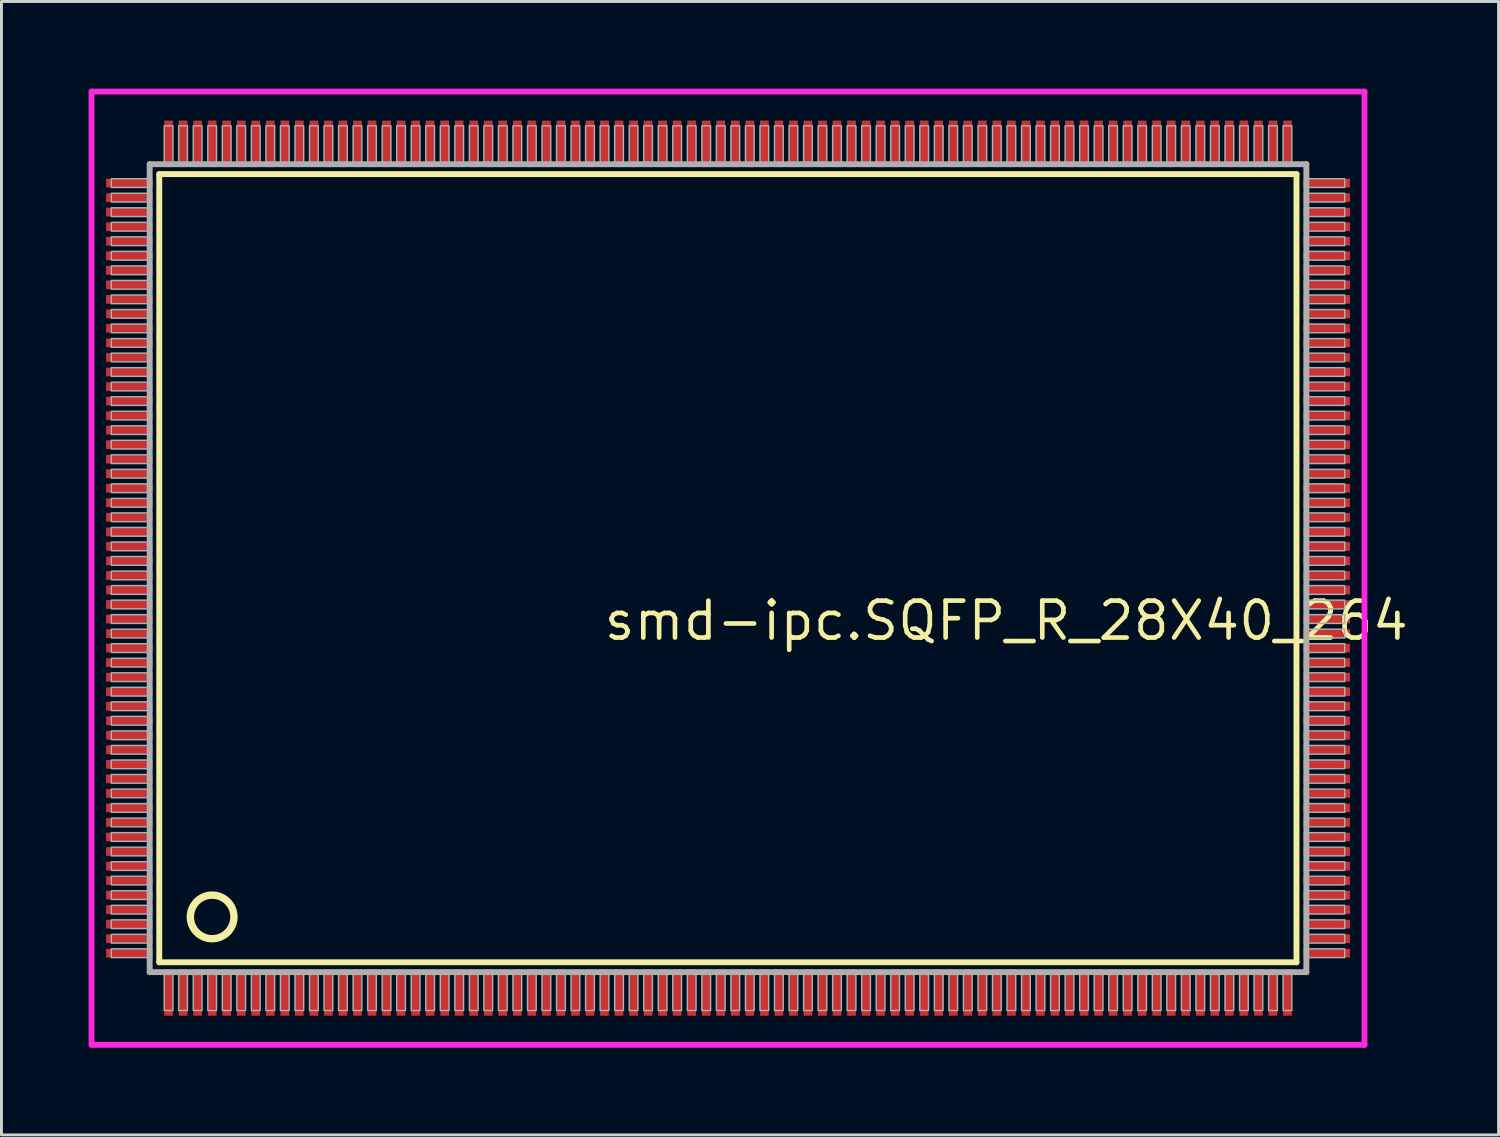
<source format=kicad_pcb>
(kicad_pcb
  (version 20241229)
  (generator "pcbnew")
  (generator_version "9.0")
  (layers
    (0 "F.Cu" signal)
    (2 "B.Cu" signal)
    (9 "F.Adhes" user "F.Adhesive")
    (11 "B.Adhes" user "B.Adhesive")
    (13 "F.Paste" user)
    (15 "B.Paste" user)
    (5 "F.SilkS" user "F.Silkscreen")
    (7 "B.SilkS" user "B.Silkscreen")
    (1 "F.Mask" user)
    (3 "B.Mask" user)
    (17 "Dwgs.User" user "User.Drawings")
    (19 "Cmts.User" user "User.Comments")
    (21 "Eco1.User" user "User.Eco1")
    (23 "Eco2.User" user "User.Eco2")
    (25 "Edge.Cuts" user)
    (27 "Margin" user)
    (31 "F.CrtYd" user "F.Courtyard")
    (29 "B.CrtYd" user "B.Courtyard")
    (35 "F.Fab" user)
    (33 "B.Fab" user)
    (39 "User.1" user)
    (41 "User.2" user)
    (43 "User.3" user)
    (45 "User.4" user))
  (footprint "smd-ipc.SQFP_R_28X40_264"
    (layer "F.Cu")
    (at 22 16.5)
    (property "Reference" "smd-ipc.SQFP_R_28X40_264" (at -4.35 2.55 0) (layer "F.SilkS") (effects (font (size 1.27 1.27) (thickness 0.16)) (justify left bottom)))
    (attr smd)
    (fp_line (start -19.57 -13.56) (end 19.56 -13.56) (stroke (width 0.203) (type default)) (layer "F.SilkS"))
    (fp_line (start -19.57 13.56) (end -19.57 -13.56) (stroke (width 0.203) (type default)) (layer "F.SilkS"))
    (fp_line (start 19.56 -13.56) (end 19.56 13.56) (stroke (width 0.203) (type default)) (layer "F.SilkS"))
    (fp_line (start 19.56 13.56) (end -19.57 13.56) (stroke (width 0.203) (type default)) (layer "F.SilkS"))
    (fp_circle (center -17.75 12) (end -17 12) (stroke (width 0.254) (type default)) (fill no) (layer "F.SilkS"))
    (fp_line (start -21.9 -16.4) (end 21.9 -16.4) (stroke (width 0.2) (type default)) (layer "F.CrtYd"))
    (fp_line (start -21.9 16.4) (end -21.9 -16.4) (stroke (width 0.2) (type default)) (layer "F.CrtYd"))
    (fp_line (start 21.9 -16.4) (end 21.9 16.4) (stroke (width 0.2) (type default)) (layer "F.CrtYd"))
    (fp_line (start 21.9 16.4) (end -21.9 16.4) (stroke (width 0.2) (type default)) (layer "F.CrtYd"))
    (fp_line (start -19.9 -13.9) (end -19.9 13.9) (stroke (width 0.203) (type default)) (layer "F.Fab"))
    (fp_line (start -19.9 13.9) (end 19.9 13.9) (stroke (width 0.203) (type default)) (layer "F.Fab"))
    (fp_line (start 19.9 -13.9) (end -19.9 -13.9) (stroke (width 0.203) (type default)) (layer "F.Fab"))
    (fp_line (start 19.9 13.9) (end 19.9 -13.9) (stroke (width 0.203) (type default)) (layer "F.Fab"))
    (fp_rect (start -21.22 -13.1) (end -19.95 -13.4) (stroke (width 0.05) (type default)) (fill no) (layer "F.Fab"))
    (fp_rect (start -21.22 -12.6) (end -19.95 -12.9) (stroke (width 0.05) (type default)) (fill no) (layer "F.Fab"))
    (fp_rect (start -21.22 -12.1) (end -19.95 -12.4) (stroke (width 0.05) (type default)) (fill no) (layer "F.Fab"))
    (fp_rect (start -21.22 -11.6) (end -19.95 -11.9) (stroke (width 0.05) (type default)) (fill no) (layer "F.Fab"))
    (fp_rect (start -21.22 -11.1) (end -19.95 -11.4) (stroke (width 0.05) (type default)) (fill no) (layer "F.Fab"))
    (fp_rect (start -21.22 -10.6) (end -19.95 -10.9) (stroke (width 0.05) (type default)) (fill no) (layer "F.Fab"))
    (fp_rect (start -21.22 -10.1) (end -19.95 -10.4) (stroke (width 0.05) (type default)) (fill no) (layer "F.Fab"))
    (fp_rect (start -21.22 -9.6) (end -19.95 -9.9) (stroke (width 0.05) (type default)) (fill no) (layer "F.Fab"))
    (fp_rect (start -21.22 -9.1) (end -19.95 -9.4) (stroke (width 0.05) (type default)) (fill no) (layer "F.Fab"))
    (fp_rect (start -21.22 -8.6) (end -19.95 -8.9) (stroke (width 0.05) (type default)) (fill no) (layer "F.Fab"))
    (fp_rect (start -21.22 -8.1) (end -19.95 -8.4) (stroke (width 0.05) (type default)) (fill no) (layer "F.Fab"))
    (fp_rect (start -21.22 -7.6) (end -19.95 -7.9) (stroke (width 0.05) (type default)) (fill no) (layer "F.Fab"))
    (fp_rect (start -21.22 -7.1) (end -19.95 -7.4) (stroke (width 0.05) (type default)) (fill no) (layer "F.Fab"))
    (fp_rect (start -21.22 -6.6) (end -19.95 -6.9) (stroke (width 0.05) (type default)) (fill no) (layer "F.Fab"))
    (fp_rect (start -21.22 -6.1) (end -19.95 -6.4) (stroke (width 0.05) (type default)) (fill no) (layer "F.Fab"))
    (fp_rect (start -21.22 -5.6) (end -19.95 -5.9) (stroke (width 0.05) (type default)) (fill no) (layer "F.Fab"))
    (fp_rect (start -21.22 -5.1) (end -19.95 -5.4) (stroke (width 0.05) (type default)) (fill no) (layer "F.Fab"))
    (fp_rect (start -21.22 -4.6) (end -19.95 -4.9) (stroke (width 0.05) (type default)) (fill no) (layer "F.Fab"))
    (fp_rect (start -21.22 -4.1) (end -19.95 -4.4) (stroke (width 0.05) (type default)) (fill no) (layer "F.Fab"))
    (fp_rect (start -21.22 -3.6) (end -19.95 -3.9) (stroke (width 0.05) (type default)) (fill no) (layer "F.Fab"))
    (fp_rect (start -21.22 -3.1) (end -19.95 -3.4) (stroke (width 0.05) (type default)) (fill no) (layer "F.Fab"))
    (fp_rect (start -21.22 -2.6) (end -19.95 -2.9) (stroke (width 0.05) (type default)) (fill no) (layer "F.Fab"))
    (fp_rect (start -21.22 -2.1) (end -19.95 -2.4) (stroke (width 0.05) (type default)) (fill no) (layer "F.Fab"))
    (fp_rect (start -21.22 -1.6) (end -19.95 -1.9) (stroke (width 0.05) (type default)) (fill no) (layer "F.Fab"))
    (fp_rect (start -21.22 -1.1) (end -19.95 -1.4) (stroke (width 0.05) (type default)) (fill no) (layer "F.Fab"))
    (fp_rect (start -21.22 -0.6) (end -19.95 -0.9) (stroke (width 0.05) (type default)) (fill no) (layer "F.Fab"))
    (fp_rect (start -21.22 -0.1) (end -19.95 -0.4) (stroke (width 0.05) (type default)) (fill no) (layer "F.Fab"))
    (fp_rect (start -21.22 0.4) (end -19.95 0.1) (stroke (width 0.05) (type default)) (fill no) (layer "F.Fab"))
    (fp_rect (start -21.22 0.9) (end -19.95 0.6) (stroke (width 0.05) (type default)) (fill no) (layer "F.Fab"))
    (fp_rect (start -21.22 1.4) (end -19.95 1.1) (stroke (width 0.05) (type default)) (fill no) (layer "F.Fab"))
    (fp_rect (start -21.22 1.9) (end -19.95 1.6) (stroke (width 0.05) (type default)) (fill no) (layer "F.Fab"))
    (fp_rect (start -21.22 2.4) (end -19.95 2.1) (stroke (width 0.05) (type default)) (fill no) (layer "F.Fab"))
    (fp_rect (start -21.22 2.9) (end -19.95 2.6) (stroke (width 0.05) (type default)) (fill no) (layer "F.Fab"))
    (fp_rect (start -21.22 3.4) (end -19.95 3.1) (stroke (width 0.05) (type default)) (fill no) (layer "F.Fab"))
    (fp_rect (start -21.22 3.9) (end -19.95 3.6) (stroke (width 0.05) (type default)) (fill no) (layer "F.Fab"))
    (fp_rect (start -21.22 4.4) (end -19.95 4.1) (stroke (width 0.05) (type default)) (fill no) (layer "F.Fab"))
    (fp_rect (start -21.22 4.9) (end -19.95 4.6) (stroke (width 0.05) (type default)) (fill no) (layer "F.Fab"))
    (fp_rect (start -21.22 5.4) (end -19.95 5.1) (stroke (width 0.05) (type default)) (fill no) (layer "F.Fab"))
    (fp_rect (start -21.22 5.9) (end -19.95 5.6) (stroke (width 0.05) (type default)) (fill no) (layer "F.Fab"))
    (fp_rect (start -21.22 6.4) (end -19.95 6.1) (stroke (width 0.05) (type default)) (fill no) (layer "F.Fab"))
    (fp_rect (start -21.22 6.9) (end -19.95 6.6) (stroke (width 0.05) (type default)) (fill no) (layer "F.Fab"))
    (fp_rect (start -21.22 7.4) (end -19.95 7.1) (stroke (width 0.05) (type default)) (fill no) (layer "F.Fab"))
    (fp_rect (start -21.22 7.9) (end -19.95 7.6) (stroke (width 0.05) (type default)) (fill no) (layer "F.Fab"))
    (fp_rect (start -21.22 8.4) (end -19.95 8.1) (stroke (width 0.05) (type default)) (fill no) (layer "F.Fab"))
    (fp_rect (start -21.22 8.9) (end -19.95 8.6) (stroke (width 0.05) (type default)) (fill no) (layer "F.Fab"))
    (fp_rect (start -21.22 9.4) (end -19.95 9.1) (stroke (width 0.05) (type default)) (fill no) (layer "F.Fab"))
    (fp_rect (start -21.22 9.9) (end -19.95 9.6) (stroke (width 0.05) (type default)) (fill no) (layer "F.Fab"))
    (fp_rect (start -21.22 10.4) (end -19.95 10.1) (stroke (width 0.05) (type default)) (fill no) (layer "F.Fab"))
    (fp_rect (start -21.22 10.9) (end -19.95 10.6) (stroke (width 0.05) (type default)) (fill no) (layer "F.Fab"))
    (fp_rect (start -21.22 11.4) (end -19.95 11.1) (stroke (width 0.05) (type default)) (fill no) (layer "F.Fab"))
    (fp_rect (start -21.22 11.9) (end -19.95 11.6) (stroke (width 0.05) (type default)) (fill no) (layer "F.Fab"))
    (fp_rect (start -21.22 12.4) (end -19.95 12.1) (stroke (width 0.05) (type default)) (fill no) (layer "F.Fab"))
    (fp_rect (start -21.22 12.9) (end -19.95 12.6) (stroke (width 0.05) (type default)) (fill no) (layer "F.Fab"))
    (fp_rect (start -21.22 13.4) (end -19.95 13.1) (stroke (width 0.05) (type default)) (fill no) (layer "F.Fab"))
    (fp_rect (start -19.4 -13.95) (end -19.1 -15.22) (stroke (width 0.05) (type default)) (fill no) (layer "F.Fab"))
    (fp_rect (start -19.4 15.22) (end -19.1 13.95) (stroke (width 0.05) (type default)) (fill no) (layer "F.Fab"))
    (fp_rect (start -18.9 -13.95) (end -18.6 -15.22) (stroke (width 0.05) (type default)) (fill no) (layer "F.Fab"))
    (fp_rect (start -18.9 15.22) (end -18.6 13.95) (stroke (width 0.05) (type default)) (fill no) (layer "F.Fab"))
    (fp_rect (start -18.4 -13.95) (end -18.1 -15.22) (stroke (width 0.05) (type default)) (fill no) (layer "F.Fab"))
    (fp_rect (start -18.4 15.22) (end -18.1 13.95) (stroke (width 0.05) (type default)) (fill no) (layer "F.Fab"))
    (fp_rect (start -17.9 -13.95) (end -17.6 -15.22) (stroke (width 0.05) (type default)) (fill no) (layer "F.Fab"))
    (fp_rect (start -17.9 15.22) (end -17.6 13.95) (stroke (width 0.05) (type default)) (fill no) (layer "F.Fab"))
    (fp_rect (start -17.4 -13.95) (end -17.1 -15.22) (stroke (width 0.05) (type default)) (fill no) (layer "F.Fab"))
    (fp_rect (start -17.4 15.22) (end -17.1 13.95) (stroke (width 0.05) (type default)) (fill no) (layer "F.Fab"))
    (fp_rect (start -16.9 -13.95) (end -16.6 -15.22) (stroke (width 0.05) (type default)) (fill no) (layer "F.Fab"))
    (fp_rect (start -16.9 15.22) (end -16.6 13.95) (stroke (width 0.05) (type default)) (fill no) (layer "F.Fab"))
    (fp_rect (start -16.4 -13.95) (end -16.1 -15.22) (stroke (width 0.05) (type default)) (fill no) (layer "F.Fab"))
    (fp_rect (start -16.4 15.22) (end -16.1 13.95) (stroke (width 0.05) (type default)) (fill no) (layer "F.Fab"))
    (fp_rect (start -15.9 -13.95) (end -15.6 -15.22) (stroke (width 0.05) (type default)) (fill no) (layer "F.Fab"))
    (fp_rect (start -15.9 15.22) (end -15.6 13.95) (stroke (width 0.05) (type default)) (fill no) (layer "F.Fab"))
    (fp_rect (start -15.4 -13.95) (end -15.1 -15.22) (stroke (width 0.05) (type default)) (fill no) (layer "F.Fab"))
    (fp_rect (start -15.4 15.22) (end -15.1 13.95) (stroke (width 0.05) (type default)) (fill no) (layer "F.Fab"))
    (fp_rect (start -14.9 -13.95) (end -14.6 -15.22) (stroke (width 0.05) (type default)) (fill no) (layer "F.Fab"))
    (fp_rect (start -14.9 15.22) (end -14.6 13.95) (stroke (width 0.05) (type default)) (fill no) (layer "F.Fab"))
    (fp_rect (start -14.4 -13.95) (end -14.1 -15.22) (stroke (width 0.05) (type default)) (fill no) (layer "F.Fab"))
    (fp_rect (start -14.4 15.22) (end -14.1 13.95) (stroke (width 0.05) (type default)) (fill no) (layer "F.Fab"))
    (fp_rect (start -13.9 -13.95) (end -13.6 -15.22) (stroke (width 0.05) (type default)) (fill no) (layer "F.Fab"))
    (fp_rect (start -13.9 15.22) (end -13.6 13.95) (stroke (width 0.05) (type default)) (fill no) (layer "F.Fab"))
    (fp_rect (start -13.4 -13.95) (end -13.1 -15.22) (stroke (width 0.05) (type default)) (fill no) (layer "F.Fab"))
    (fp_rect (start -13.4 15.22) (end -13.1 13.95) (stroke (width 0.05) (type default)) (fill no) (layer "F.Fab"))
    (fp_rect (start -12.9 -13.95) (end -12.6 -15.22) (stroke (width 0.05) (type default)) (fill no) (layer "F.Fab"))
    (fp_rect (start -12.9 15.22) (end -12.6 13.95) (stroke (width 0.05) (type default)) (fill no) (layer "F.Fab"))
    (fp_rect (start -12.4 -13.95) (end -12.1 -15.22) (stroke (width 0.05) (type default)) (fill no) (layer "F.Fab"))
    (fp_rect (start -12.4 15.22) (end -12.1 13.95) (stroke (width 0.05) (type default)) (fill no) (layer "F.Fab"))
    (fp_rect (start -11.9 -13.95) (end -11.6 -15.22) (stroke (width 0.05) (type default)) (fill no) (layer "F.Fab"))
    (fp_rect (start -11.9 15.22) (end -11.6 13.95) (stroke (width 0.05) (type default)) (fill no) (layer "F.Fab"))
    (fp_rect (start -11.4 -13.95) (end -11.1 -15.22) (stroke (width 0.05) (type default)) (fill no) (layer "F.Fab"))
    (fp_rect (start -11.4 15.22) (end -11.1 13.95) (stroke (width 0.05) (type default)) (fill no) (layer "F.Fab"))
    (fp_rect (start -10.9 -13.95) (end -10.6 -15.22) (stroke (width 0.05) (type default)) (fill no) (layer "F.Fab"))
    (fp_rect (start -10.9 15.22) (end -10.6 13.95) (stroke (width 0.05) (type default)) (fill no) (layer "F.Fab"))
    (fp_rect (start -10.4 -13.95) (end -10.1 -15.22) (stroke (width 0.05) (type default)) (fill no) (layer "F.Fab"))
    (fp_rect (start -10.4 15.22) (end -10.1 13.95) (stroke (width 0.05) (type default)) (fill no) (layer "F.Fab"))
    (fp_rect (start -9.9 -13.95) (end -9.6 -15.22) (stroke (width 0.05) (type default)) (fill no) (layer "F.Fab"))
    (fp_rect (start -9.9 15.22) (end -9.6 13.95) (stroke (width 0.05) (type default)) (fill no) (layer "F.Fab"))
    (fp_rect (start -9.4 -13.95) (end -9.1 -15.22) (stroke (width 0.05) (type default)) (fill no) (layer "F.Fab"))
    (fp_rect (start -9.4 15.22) (end -9.1 13.95) (stroke (width 0.05) (type default)) (fill no) (layer "F.Fab"))
    (fp_rect (start -8.9 -13.95) (end -8.6 -15.22) (stroke (width 0.05) (type default)) (fill no) (layer "F.Fab"))
    (fp_rect (start -8.9 15.22) (end -8.6 13.95) (stroke (width 0.05) (type default)) (fill no) (layer "F.Fab"))
    (fp_rect (start -8.4 -13.95) (end -8.1 -15.22) (stroke (width 0.05) (type default)) (fill no) (layer "F.Fab"))
    (fp_rect (start -8.4 15.22) (end -8.1 13.95) (stroke (width 0.05) (type default)) (fill no) (layer "F.Fab"))
    (fp_rect (start -7.9 -13.95) (end -7.6 -15.22) (stroke (width 0.05) (type default)) (fill no) (layer "F.Fab"))
    (fp_rect (start -7.9 15.22) (end -7.6 13.95) (stroke (width 0.05) (type default)) (fill no) (layer "F.Fab"))
    (fp_rect (start -7.4 -13.95) (end -7.1 -15.22) (stroke (width 0.05) (type default)) (fill no) (layer "F.Fab"))
    (fp_rect (start -7.4 15.22) (end -7.1 13.95) (stroke (width 0.05) (type default)) (fill no) (layer "F.Fab"))
    (fp_rect (start -6.9 -13.95) (end -6.6 -15.22) (stroke (width 0.05) (type default)) (fill no) (layer "F.Fab"))
    (fp_rect (start -6.9 15.22) (end -6.6 13.95) (stroke (width 0.05) (type default)) (fill no) (layer "F.Fab"))
    (fp_rect (start -6.4 -13.95) (end -6.1 -15.22) (stroke (width 0.05) (type default)) (fill no) (layer "F.Fab"))
    (fp_rect (start -6.4 15.22) (end -6.1 13.95) (stroke (width 0.05) (type default)) (fill no) (layer "F.Fab"))
    (fp_rect (start -5.9 -13.95) (end -5.6 -15.22) (stroke (width 0.05) (type default)) (fill no) (layer "F.Fab"))
    (fp_rect (start -5.9 15.22) (end -5.6 13.95) (stroke (width 0.05) (type default)) (fill no) (layer "F.Fab"))
    (fp_rect (start -5.4 -13.95) (end -5.1 -15.22) (stroke (width 0.05) (type default)) (fill no) (layer "F.Fab"))
    (fp_rect (start -5.4 15.22) (end -5.1 13.95) (stroke (width 0.05) (type default)) (fill no) (layer "F.Fab"))
    (fp_rect (start -4.9 -13.95) (end -4.6 -15.22) (stroke (width 0.05) (type default)) (fill no) (layer "F.Fab"))
    (fp_rect (start -4.9 15.22) (end -4.6 13.95) (stroke (width 0.05) (type default)) (fill no) (layer "F.Fab"))
    (fp_rect (start -4.4 -13.95) (end -4.1 -15.22) (stroke (width 0.05) (type default)) (fill no) (layer "F.Fab"))
    (fp_rect (start -4.4 15.22) (end -4.1 13.95) (stroke (width 0.05) (type default)) (fill no) (layer "F.Fab"))
    (fp_rect (start -3.9 -13.95) (end -3.6 -15.22) (stroke (width 0.05) (type default)) (fill no) (layer "F.Fab"))
    (fp_rect (start -3.9 15.22) (end -3.6 13.95) (stroke (width 0.05) (type default)) (fill no) (layer "F.Fab"))
    (fp_rect (start -3.4 -13.95) (end -3.1 -15.22) (stroke (width 0.05) (type default)) (fill no) (layer "F.Fab"))
    (fp_rect (start -3.4 15.22) (end -3.1 13.95) (stroke (width 0.05) (type default)) (fill no) (layer "F.Fab"))
    (fp_rect (start -2.9 -13.95) (end -2.6 -15.22) (stroke (width 0.05) (type default)) (fill no) (layer "F.Fab"))
    (fp_rect (start -2.9 15.22) (end -2.6 13.95) (stroke (width 0.05) (type default)) (fill no) (layer "F.Fab"))
    (fp_rect (start -2.4 -13.95) (end -2.1 -15.22) (stroke (width 0.05) (type default)) (fill no) (layer "F.Fab"))
    (fp_rect (start -2.4 15.22) (end -2.1 13.95) (stroke (width 0.05) (type default)) (fill no) (layer "F.Fab"))
    (fp_rect (start -1.9 -13.95) (end -1.6 -15.22) (stroke (width 0.05) (type default)) (fill no) (layer "F.Fab"))
    (fp_rect (start -1.9 15.22) (end -1.6 13.95) (stroke (width 0.05) (type default)) (fill no) (layer "F.Fab"))
    (fp_rect (start -1.4 -13.95) (end -1.1 -15.22) (stroke (width 0.05) (type default)) (fill no) (layer "F.Fab"))
    (fp_rect (start -1.4 15.22) (end -1.1 13.95) (stroke (width 0.05) (type default)) (fill no) (layer "F.Fab"))
    (fp_rect (start -0.9 -13.95) (end -0.6 -15.22) (stroke (width 0.05) (type default)) (fill no) (layer "F.Fab"))
    (fp_rect (start -0.9 15.22) (end -0.6 13.95) (stroke (width 0.05) (type default)) (fill no) (layer "F.Fab"))
    (fp_rect (start -0.4 -13.95) (end -0.1 -15.22) (stroke (width 0.05) (type default)) (fill no) (layer "F.Fab"))
    (fp_rect (start -0.4 15.22) (end -0.1 13.95) (stroke (width 0.05) (type default)) (fill no) (layer "F.Fab"))
    (fp_rect (start 0.1 -13.95) (end 0.4 -15.22) (stroke (width 0.05) (type default)) (fill no) (layer "F.Fab"))
    (fp_rect (start 0.1 15.22) (end 0.4 13.95) (stroke (width 0.05) (type default)) (fill no) (layer "F.Fab"))
    (fp_rect (start 0.6 -13.95) (end 0.9 -15.22) (stroke (width 0.05) (type default)) (fill no) (layer "F.Fab"))
    (fp_rect (start 0.6 15.22) (end 0.9 13.95) (stroke (width 0.05) (type default)) (fill no) (layer "F.Fab"))
    (fp_rect (start 1.1 -13.95) (end 1.4 -15.22) (stroke (width 0.05) (type default)) (fill no) (layer "F.Fab"))
    (fp_rect (start 1.1 15.22) (end 1.4 13.95) (stroke (width 0.05) (type default)) (fill no) (layer "F.Fab"))
    (fp_rect (start 1.6 -13.95) (end 1.9 -15.22) (stroke (width 0.05) (type default)) (fill no) (layer "F.Fab"))
    (fp_rect (start 1.6 15.22) (end 1.9 13.95) (stroke (width 0.05) (type default)) (fill no) (layer "F.Fab"))
    (fp_rect (start 2.1 -13.95) (end 2.4 -15.22) (stroke (width 0.05) (type default)) (fill no) (layer "F.Fab"))
    (fp_rect (start 2.1 15.22) (end 2.4 13.95) (stroke (width 0.05) (type default)) (fill no) (layer "F.Fab"))
    (fp_rect (start 2.6 -13.95) (end 2.9 -15.22) (stroke (width 0.05) (type default)) (fill no) (layer "F.Fab"))
    (fp_rect (start 2.6 15.22) (end 2.9 13.95) (stroke (width 0.05) (type default)) (fill no) (layer "F.Fab"))
    (fp_rect (start 3.1 -13.95) (end 3.4 -15.22) (stroke (width 0.05) (type default)) (fill no) (layer "F.Fab"))
    (fp_rect (start 3.1 15.22) (end 3.4 13.95) (stroke (width 0.05) (type default)) (fill no) (layer "F.Fab"))
    (fp_rect (start 3.6 -13.95) (end 3.9 -15.22) (stroke (width 0.05) (type default)) (fill no) (layer "F.Fab"))
    (fp_rect (start 3.6 15.22) (end 3.9 13.95) (stroke (width 0.05) (type default)) (fill no) (layer "F.Fab"))
    (fp_rect (start 4.1 -13.95) (end 4.4 -15.22) (stroke (width 0.05) (type default)) (fill no) (layer "F.Fab"))
    (fp_rect (start 4.1 15.22) (end 4.4 13.95) (stroke (width 0.05) (type default)) (fill no) (layer "F.Fab"))
    (fp_rect (start 4.6 -13.95) (end 4.9 -15.22) (stroke (width 0.05) (type default)) (fill no) (layer "F.Fab"))
    (fp_rect (start 4.6 15.22) (end 4.9 13.95) (stroke (width 0.05) (type default)) (fill no) (layer "F.Fab"))
    (fp_rect (start 5.1 -13.95) (end 5.4 -15.22) (stroke (width 0.05) (type default)) (fill no) (layer "F.Fab"))
    (fp_rect (start 5.1 15.22) (end 5.4 13.95) (stroke (width 0.05) (type default)) (fill no) (layer "F.Fab"))
    (fp_rect (start 5.6 -13.95) (end 5.9 -15.22) (stroke (width 0.05) (type default)) (fill no) (layer "F.Fab"))
    (fp_rect (start 5.6 15.22) (end 5.9 13.95) (stroke (width 0.05) (type default)) (fill no) (layer "F.Fab"))
    (fp_rect (start 6.1 -13.95) (end 6.4 -15.22) (stroke (width 0.05) (type default)) (fill no) (layer "F.Fab"))
    (fp_rect (start 6.1 15.22) (end 6.4 13.95) (stroke (width 0.05) (type default)) (fill no) (layer "F.Fab"))
    (fp_rect (start 6.6 -13.95) (end 6.9 -15.22) (stroke (width 0.05) (type default)) (fill no) (layer "F.Fab"))
    (fp_rect (start 6.6 15.22) (end 6.9 13.95) (stroke (width 0.05) (type default)) (fill no) (layer "F.Fab"))
    (fp_rect (start 7.1 -13.95) (end 7.4 -15.22) (stroke (width 0.05) (type default)) (fill no) (layer "F.Fab"))
    (fp_rect (start 7.1 15.22) (end 7.4 13.95) (stroke (width 0.05) (type default)) (fill no) (layer "F.Fab"))
    (fp_rect (start 7.6 -13.95) (end 7.9 -15.22) (stroke (width 0.05) (type default)) (fill no) (layer "F.Fab"))
    (fp_rect (start 7.6 15.22) (end 7.9 13.95) (stroke (width 0.05) (type default)) (fill no) (layer "F.Fab"))
    (fp_rect (start 8.1 -13.95) (end 8.4 -15.22) (stroke (width 0.05) (type default)) (fill no) (layer "F.Fab"))
    (fp_rect (start 8.1 15.22) (end 8.4 13.95) (stroke (width 0.05) (type default)) (fill no) (layer "F.Fab"))
    (fp_rect (start 8.6 -13.95) (end 8.9 -15.22) (stroke (width 0.05) (type default)) (fill no) (layer "F.Fab"))
    (fp_rect (start 8.6 15.22) (end 8.9 13.95) (stroke (width 0.05) (type default)) (fill no) (layer "F.Fab"))
    (fp_rect (start 9.1 -13.95) (end 9.4 -15.22) (stroke (width 0.05) (type default)) (fill no) (layer "F.Fab"))
    (fp_rect (start 9.1 15.22) (end 9.4 13.95) (stroke (width 0.05) (type default)) (fill no) (layer "F.Fab"))
    (fp_rect (start 9.6 -13.95) (end 9.9 -15.22) (stroke (width 0.05) (type default)) (fill no) (layer "F.Fab"))
    (fp_rect (start 9.6 15.22) (end 9.9 13.95) (stroke (width 0.05) (type default)) (fill no) (layer "F.Fab"))
    (fp_rect (start 10.1 -13.95) (end 10.4 -15.22) (stroke (width 0.05) (type default)) (fill no) (layer "F.Fab"))
    (fp_rect (start 10.1 15.22) (end 10.4 13.95) (stroke (width 0.05) (type default)) (fill no) (layer "F.Fab"))
    (fp_rect (start 10.6 -13.95) (end 10.9 -15.22) (stroke (width 0.05) (type default)) (fill no) (layer "F.Fab"))
    (fp_rect (start 10.6 15.22) (end 10.9 13.95) (stroke (width 0.05) (type default)) (fill no) (layer "F.Fab"))
    (fp_rect (start 11.1 -13.95) (end 11.4 -15.22) (stroke (width 0.05) (type default)) (fill no) (layer "F.Fab"))
    (fp_rect (start 11.1 15.22) (end 11.4 13.95) (stroke (width 0.05) (type default)) (fill no) (layer "F.Fab"))
    (fp_rect (start 11.6 -13.95) (end 11.9 -15.22) (stroke (width 0.05) (type default)) (fill no) (layer "F.Fab"))
    (fp_rect (start 11.6 15.22) (end 11.9 13.95) (stroke (width 0.05) (type default)) (fill no) (layer "F.Fab"))
    (fp_rect (start 12.1 -13.95) (end 12.4 -15.22) (stroke (width 0.05) (type default)) (fill no) (layer "F.Fab"))
    (fp_rect (start 12.1 15.22) (end 12.4 13.95) (stroke (width 0.05) (type default)) (fill no) (layer "F.Fab"))
    (fp_rect (start 12.6 -13.95) (end 12.9 -15.22) (stroke (width 0.05) (type default)) (fill no) (layer "F.Fab"))
    (fp_rect (start 12.6 15.22) (end 12.9 13.95) (stroke (width 0.05) (type default)) (fill no) (layer "F.Fab"))
    (fp_rect (start 13.1 -13.95) (end 13.4 -15.22) (stroke (width 0.05) (type default)) (fill no) (layer "F.Fab"))
    (fp_rect (start 13.1 15.22) (end 13.4 13.95) (stroke (width 0.05) (type default)) (fill no) (layer "F.Fab"))
    (fp_rect (start 13.6 -13.95) (end 13.9 -15.22) (stroke (width 0.05) (type default)) (fill no) (layer "F.Fab"))
    (fp_rect (start 13.6 15.22) (end 13.9 13.95) (stroke (width 0.05) (type default)) (fill no) (layer "F.Fab"))
    (fp_rect (start 14.1 -13.95) (end 14.4 -15.22) (stroke (width 0.05) (type default)) (fill no) (layer "F.Fab"))
    (fp_rect (start 14.1 15.22) (end 14.4 13.95) (stroke (width 0.05) (type default)) (fill no) (layer "F.Fab"))
    (fp_rect (start 14.6 -13.95) (end 14.9 -15.22) (stroke (width 0.05) (type default)) (fill no) (layer "F.Fab"))
    (fp_rect (start 14.6 15.22) (end 14.9 13.95) (stroke (width 0.05) (type default)) (fill no) (layer "F.Fab"))
    (fp_rect (start 15.1 -13.95) (end 15.4 -15.22) (stroke (width 0.05) (type default)) (fill no) (layer "F.Fab"))
    (fp_rect (start 15.1 15.22) (end 15.4 13.95) (stroke (width 0.05) (type default)) (fill no) (layer "F.Fab"))
    (fp_rect (start 15.6 -13.95) (end 15.9 -15.22) (stroke (width 0.05) (type default)) (fill no) (layer "F.Fab"))
    (fp_rect (start 15.6 15.22) (end 15.9 13.95) (stroke (width 0.05) (type default)) (fill no) (layer "F.Fab"))
    (fp_rect (start 16.1 -13.95) (end 16.4 -15.22) (stroke (width 0.05) (type default)) (fill no) (layer "F.Fab"))
    (fp_rect (start 16.1 15.22) (end 16.4 13.95) (stroke (width 0.05) (type default)) (fill no) (layer "F.Fab"))
    (fp_rect (start 16.6 -13.95) (end 16.9 -15.22) (stroke (width 0.05) (type default)) (fill no) (layer "F.Fab"))
    (fp_rect (start 16.6 15.22) (end 16.9 13.95) (stroke (width 0.05) (type default)) (fill no) (layer "F.Fab"))
    (fp_rect (start 17.1 -13.95) (end 17.4 -15.22) (stroke (width 0.05) (type default)) (fill no) (layer "F.Fab"))
    (fp_rect (start 17.1 15.22) (end 17.4 13.95) (stroke (width 0.05) (type default)) (fill no) (layer "F.Fab"))
    (fp_rect (start 17.6 -13.95) (end 17.9 -15.22) (stroke (width 0.05) (type default)) (fill no) (layer "F.Fab"))
    (fp_rect (start 17.6 15.22) (end 17.9 13.95) (stroke (width 0.05) (type default)) (fill no) (layer "F.Fab"))
    (fp_rect (start 18.1 -13.95) (end 18.4 -15.22) (stroke (width 0.05) (type default)) (fill no) (layer "F.Fab"))
    (fp_rect (start 18.1 15.22) (end 18.4 13.95) (stroke (width 0.05) (type default)) (fill no) (layer "F.Fab"))
    (fp_rect (start 18.6 -13.95) (end 18.9 -15.22) (stroke (width 0.05) (type default)) (fill no) (layer "F.Fab"))
    (fp_rect (start 18.6 15.22) (end 18.9 13.95) (stroke (width 0.05) (type default)) (fill no) (layer "F.Fab"))
    (fp_rect (start 19.1 -13.95) (end 19.4 -15.22) (stroke (width 0.05) (type default)) (fill no) (layer "F.Fab"))
    (fp_rect (start 19.1 15.22) (end 19.4 13.95) (stroke (width 0.05) (type default)) (fill no) (layer "F.Fab"))
    (fp_rect (start 19.95 -13.1) (end 21.22 -13.4) (stroke (width 0.05) (type default)) (fill no) (layer "F.Fab"))
    (fp_rect (start 19.95 -12.6) (end 21.22 -12.9) (stroke (width 0.05) (type default)) (fill no) (layer "F.Fab"))
    (fp_rect (start 19.95 -12.1) (end 21.22 -12.4) (stroke (width 0.05) (type default)) (fill no) (layer "F.Fab"))
    (fp_rect (start 19.95 -11.6) (end 21.22 -11.9) (stroke (width 0.05) (type default)) (fill no) (layer "F.Fab"))
    (fp_rect (start 19.95 -11.1) (end 21.22 -11.4) (stroke (width 0.05) (type default)) (fill no) (layer "F.Fab"))
    (fp_rect (start 19.95 -10.6) (end 21.22 -10.9) (stroke (width 0.05) (type default)) (fill no) (layer "F.Fab"))
    (fp_rect (start 19.95 -10.1) (end 21.22 -10.4) (stroke (width 0.05) (type default)) (fill no) (layer "F.Fab"))
    (fp_rect (start 19.95 -9.6) (end 21.22 -9.9) (stroke (width 0.05) (type default)) (fill no) (layer "F.Fab"))
    (fp_rect (start 19.95 -9.1) (end 21.22 -9.4) (stroke (width 0.05) (type default)) (fill no) (layer "F.Fab"))
    (fp_rect (start 19.95 -8.6) (end 21.22 -8.9) (stroke (width 0.05) (type default)) (fill no) (layer "F.Fab"))
    (fp_rect (start 19.95 -8.1) (end 21.22 -8.4) (stroke (width 0.05) (type default)) (fill no) (layer "F.Fab"))
    (fp_rect (start 19.95 -7.6) (end 21.22 -7.9) (stroke (width 0.05) (type default)) (fill no) (layer "F.Fab"))
    (fp_rect (start 19.95 -7.1) (end 21.22 -7.4) (stroke (width 0.05) (type default)) (fill no) (layer "F.Fab"))
    (fp_rect (start 19.95 -6.6) (end 21.22 -6.9) (stroke (width 0.05) (type default)) (fill no) (layer "F.Fab"))
    (fp_rect (start 19.95 -6.1) (end 21.22 -6.4) (stroke (width 0.05) (type default)) (fill no) (layer "F.Fab"))
    (fp_rect (start 19.95 -5.6) (end 21.22 -5.9) (stroke (width 0.05) (type default)) (fill no) (layer "F.Fab"))
    (fp_rect (start 19.95 -5.1) (end 21.22 -5.4) (stroke (width 0.05) (type default)) (fill no) (layer "F.Fab"))
    (fp_rect (start 19.95 -4.6) (end 21.22 -4.9) (stroke (width 0.05) (type default)) (fill no) (layer "F.Fab"))
    (fp_rect (start 19.95 -4.1) (end 21.22 -4.4) (stroke (width 0.05) (type default)) (fill no) (layer "F.Fab"))
    (fp_rect (start 19.95 -3.6) (end 21.22 -3.9) (stroke (width 0.05) (type default)) (fill no) (layer "F.Fab"))
    (fp_rect (start 19.95 -3.1) (end 21.22 -3.4) (stroke (width 0.05) (type default)) (fill no) (layer "F.Fab"))
    (fp_rect (start 19.95 -2.6) (end 21.22 -2.9) (stroke (width 0.05) (type default)) (fill no) (layer "F.Fab"))
    (fp_rect (start 19.95 -2.1) (end 21.22 -2.4) (stroke (width 0.05) (type default)) (fill no) (layer "F.Fab"))
    (fp_rect (start 19.95 -1.6) (end 21.22 -1.9) (stroke (width 0.05) (type default)) (fill no) (layer "F.Fab"))
    (fp_rect (start 19.95 -1.1) (end 21.22 -1.4) (stroke (width 0.05) (type default)) (fill no) (layer "F.Fab"))
    (fp_rect (start 19.95 -0.6) (end 21.22 -0.9) (stroke (width 0.05) (type default)) (fill no) (layer "F.Fab"))
    (fp_rect (start 19.95 -0.1) (end 21.22 -0.4) (stroke (width 0.05) (type default)) (fill no) (layer "F.Fab"))
    (fp_rect (start 19.95 0.4) (end 21.22 0.1) (stroke (width 0.05) (type default)) (fill no) (layer "F.Fab"))
    (fp_rect (start 19.95 0.9) (end 21.22 0.6) (stroke (width 0.05) (type default)) (fill no) (layer "F.Fab"))
    (fp_rect (start 19.95 1.4) (end 21.22 1.1) (stroke (width 0.05) (type default)) (fill no) (layer "F.Fab"))
    (fp_rect (start 19.95 1.9) (end 21.22 1.6) (stroke (width 0.05) (type default)) (fill no) (layer "F.Fab"))
    (fp_rect (start 19.95 2.4) (end 21.22 2.1) (stroke (width 0.05) (type default)) (fill no) (layer "F.Fab"))
    (fp_rect (start 19.95 2.9) (end 21.22 2.6) (stroke (width 0.05) (type default)) (fill no) (layer "F.Fab"))
    (fp_rect (start 19.95 3.4) (end 21.22 3.1) (stroke (width 0.05) (type default)) (fill no) (layer "F.Fab"))
    (fp_rect (start 19.95 3.9) (end 21.22 3.6) (stroke (width 0.05) (type default)) (fill no) (layer "F.Fab"))
    (fp_rect (start 19.95 4.4) (end 21.22 4.1) (stroke (width 0.05) (type default)) (fill no) (layer "F.Fab"))
    (fp_rect (start 19.95 4.9) (end 21.22 4.6) (stroke (width 0.05) (type default)) (fill no) (layer "F.Fab"))
    (fp_rect (start 19.95 5.4) (end 21.22 5.1) (stroke (width 0.05) (type default)) (fill no) (layer "F.Fab"))
    (fp_rect (start 19.95 5.9) (end 21.22 5.6) (stroke (width 0.05) (type default)) (fill no) (layer "F.Fab"))
    (fp_rect (start 19.95 6.4) (end 21.22 6.1) (stroke (width 0.05) (type default)) (fill no) (layer "F.Fab"))
    (fp_rect (start 19.95 6.9) (end 21.22 6.6) (stroke (width 0.05) (type default)) (fill no) (layer "F.Fab"))
    (fp_rect (start 19.95 7.4) (end 21.22 7.1) (stroke (width 0.05) (type default)) (fill no) (layer "F.Fab"))
    (fp_rect (start 19.95 7.9) (end 21.22 7.6) (stroke (width 0.05) (type default)) (fill no) (layer "F.Fab"))
    (fp_rect (start 19.95 8.4) (end 21.22 8.1) (stroke (width 0.05) (type default)) (fill no) (layer "F.Fab"))
    (fp_rect (start 19.95 8.9) (end 21.22 8.6) (stroke (width 0.05) (type default)) (fill no) (layer "F.Fab"))
    (fp_rect (start 19.95 9.4) (end 21.22 9.1) (stroke (width 0.05) (type default)) (fill no) (layer "F.Fab"))
    (fp_rect (start 19.95 9.9) (end 21.22 9.6) (stroke (width 0.05) (type default)) (fill no) (layer "F.Fab"))
    (fp_rect (start 19.95 10.4) (end 21.22 10.1) (stroke (width 0.05) (type default)) (fill no) (layer "F.Fab"))
    (fp_rect (start 19.95 10.9) (end 21.22 10.6) (stroke (width 0.05) (type default)) (fill no) (layer "F.Fab"))
    (fp_rect (start 19.95 11.4) (end 21.22 11.1) (stroke (width 0.05) (type default)) (fill no) (layer "F.Fab"))
    (fp_rect (start 19.95 11.9) (end 21.22 11.6) (stroke (width 0.05) (type default)) (fill no) (layer "F.Fab"))
    (fp_rect (start 19.95 12.4) (end 21.22 12.1) (stroke (width 0.05) (type default)) (fill no) (layer "F.Fab"))
    (fp_rect (start 19.95 12.9) (end 21.22 12.6) (stroke (width 0.05) (type default)) (fill no) (layer "F.Fab"))
    (fp_rect (start 19.95 13.4) (end 21.22 13.1) (stroke (width 0.05) (type default)) (fill no) (layer "F.Fab"))
    (pad "1" smd roundrect (at -19.25 14.6) (size 0.3 1.6) (layers "F.Cu" "F.Mask" "F.Paste") (roundrect_rratio 0.01))
    (pad "2" smd roundrect (at -18.75 14.6) (size 0.3 1.6) (layers "F.Cu" "F.Mask" "F.Paste") (roundrect_rratio 0.01))
    (pad "3" smd roundrect (at -18.25 14.6) (size 0.3 1.6) (layers "F.Cu" "F.Mask" "F.Paste") (roundrect_rratio 0.01))
    (pad "4" smd roundrect (at -17.75 14.6) (size 0.3 1.6) (layers "F.Cu" "F.Mask" "F.Paste") (roundrect_rratio 0.01))
    (pad "5" smd roundrect (at -17.25 14.6) (size 0.3 1.6) (layers "F.Cu" "F.Mask" "F.Paste") (roundrect_rratio 0.01))
    (pad "6" smd roundrect (at -16.75 14.6) (size 0.3 1.6) (layers "F.Cu" "F.Mask" "F.Paste") (roundrect_rratio 0.01))
    (pad "7" smd roundrect (at -16.25 14.6) (size 0.3 1.6) (layers "F.Cu" "F.Mask" "F.Paste") (roundrect_rratio 0.01))
    (pad "8" smd roundrect (at -15.75 14.6) (size 0.3 1.6) (layers "F.Cu" "F.Mask" "F.Paste") (roundrect_rratio 0.01))
    (pad "9" smd roundrect (at -15.25 14.6) (size 0.3 1.6) (layers "F.Cu" "F.Mask" "F.Paste") (roundrect_rratio 0.01))
    (pad "10" smd roundrect (at -14.75 14.6) (size 0.3 1.6) (layers "F.Cu" "F.Mask" "F.Paste") (roundrect_rratio 0.01))
    (pad "11" smd roundrect (at -14.25 14.6) (size 0.3 1.6) (layers "F.Cu" "F.Mask" "F.Paste") (roundrect_rratio 0.01))
    (pad "12" smd roundrect (at -13.75 14.6) (size 0.3 1.6) (layers "F.Cu" "F.Mask" "F.Paste") (roundrect_rratio 0.01))
    (pad "13" smd roundrect (at -13.25 14.6) (size 0.3 1.6) (layers "F.Cu" "F.Mask" "F.Paste") (roundrect_rratio 0.01))
    (pad "14" smd roundrect (at -12.75 14.6) (size 0.3 1.6) (layers "F.Cu" "F.Mask" "F.Paste") (roundrect_rratio 0.01))
    (pad "15" smd roundrect (at -12.25 14.6) (size 0.3 1.6) (layers "F.Cu" "F.Mask" "F.Paste") (roundrect_rratio 0.01))
    (pad "16" smd roundrect (at -11.75 14.6) (size 0.3 1.6) (layers "F.Cu" "F.Mask" "F.Paste") (roundrect_rratio 0.01))
    (pad "17" smd roundrect (at -11.25 14.6) (size 0.3 1.6) (layers "F.Cu" "F.Mask" "F.Paste") (roundrect_rratio 0.01))
    (pad "18" smd roundrect (at -10.75 14.6) (size 0.3 1.6) (layers "F.Cu" "F.Mask" "F.Paste") (roundrect_rratio 0.01))
    (pad "19" smd roundrect (at -10.25 14.6) (size 0.3 1.6) (layers "F.Cu" "F.Mask" "F.Paste") (roundrect_rratio 0.01))
    (pad "20" smd roundrect (at -9.75 14.6) (size 0.3 1.6) (layers "F.Cu" "F.Mask" "F.Paste") (roundrect_rratio 0.01))
    (pad "21" smd roundrect (at -9.25 14.6) (size 0.3 1.6) (layers "F.Cu" "F.Mask" "F.Paste") (roundrect_rratio 0.01))
    (pad "22" smd roundrect (at -8.75 14.6) (size 0.3 1.6) (layers "F.Cu" "F.Mask" "F.Paste") (roundrect_rratio 0.01))
    (pad "23" smd roundrect (at -8.25 14.6) (size 0.3 1.6) (layers "F.Cu" "F.Mask" "F.Paste") (roundrect_rratio 0.01))
    (pad "24" smd roundrect (at -7.75 14.6) (size 0.3 1.6) (layers "F.Cu" "F.Mask" "F.Paste") (roundrect_rratio 0.01))
    (pad "25" smd roundrect (at -7.25 14.6) (size 0.3 1.6) (layers "F.Cu" "F.Mask" "F.Paste") (roundrect_rratio 0.01))
    (pad "26" smd roundrect (at -6.75 14.6) (size 0.3 1.6) (layers "F.Cu" "F.Mask" "F.Paste") (roundrect_rratio 0.01))
    (pad "27" smd roundrect (at -6.25 14.6) (size 0.3 1.6) (layers "F.Cu" "F.Mask" "F.Paste") (roundrect_rratio 0.01))
    (pad "28" smd roundrect (at -5.75 14.6) (size 0.3 1.6) (layers "F.Cu" "F.Mask" "F.Paste") (roundrect_rratio 0.01))
    (pad "29" smd roundrect (at -5.25 14.6) (size 0.3 1.6) (layers "F.Cu" "F.Mask" "F.Paste") (roundrect_rratio 0.01))
    (pad "30" smd roundrect (at -4.75 14.6) (size 0.3 1.6) (layers "F.Cu" "F.Mask" "F.Paste") (roundrect_rratio 0.01))
    (pad "31" smd roundrect (at -4.25 14.6) (size 0.3 1.6) (layers "F.Cu" "F.Mask" "F.Paste") (roundrect_rratio 0.01))
    (pad "32" smd roundrect (at -3.75 14.6) (size 0.3 1.6) (layers "F.Cu" "F.Mask" "F.Paste") (roundrect_rratio 0.01))
    (pad "33" smd roundrect (at -3.25 14.6) (size 0.3 1.6) (layers "F.Cu" "F.Mask" "F.Paste") (roundrect_rratio 0.01))
    (pad "34" smd roundrect (at -2.75 14.6) (size 0.3 1.6) (layers "F.Cu" "F.Mask" "F.Paste") (roundrect_rratio 0.01))
    (pad "35" smd roundrect (at -2.25 14.6) (size 0.3 1.6) (layers "F.Cu" "F.Mask" "F.Paste") (roundrect_rratio 0.01))
    (pad "36" smd roundrect (at -1.75 14.6) (size 0.3 1.6) (layers "F.Cu" "F.Mask" "F.Paste") (roundrect_rratio 0.01))
    (pad "37" smd roundrect (at -1.25 14.6) (size 0.3 1.6) (layers "F.Cu" "F.Mask" "F.Paste") (roundrect_rratio 0.01))
    (pad "38" smd roundrect (at -0.75 14.6) (size 0.3 1.6) (layers "F.Cu" "F.Mask" "F.Paste") (roundrect_rratio 0.01))
    (pad "39" smd roundrect (at -0.25 14.6) (size 0.3 1.6) (layers "F.Cu" "F.Mask" "F.Paste") (roundrect_rratio 0.01))
    (pad "40" smd roundrect (at 0.25 14.6) (size 0.3 1.6) (layers "F.Cu" "F.Mask" "F.Paste") (roundrect_rratio 0.01))
    (pad "41" smd roundrect (at 0.75 14.6) (size 0.3 1.6) (layers "F.Cu" "F.Mask" "F.Paste") (roundrect_rratio 0.01))
    (pad "42" smd roundrect (at 1.25 14.6) (size 0.3 1.6) (layers "F.Cu" "F.Mask" "F.Paste") (roundrect_rratio 0.01))
    (pad "43" smd roundrect (at 1.75 14.6) (size 0.3 1.6) (layers "F.Cu" "F.Mask" "F.Paste") (roundrect_rratio 0.01))
    (pad "44" smd roundrect (at 2.25 14.6) (size 0.3 1.6) (layers "F.Cu" "F.Mask" "F.Paste") (roundrect_rratio 0.01))
    (pad "45" smd roundrect (at 2.75 14.6) (size 0.3 1.6) (layers "F.Cu" "F.Mask" "F.Paste") (roundrect_rratio 0.01))
    (pad "46" smd roundrect (at 3.25 14.6) (size 0.3 1.6) (layers "F.Cu" "F.Mask" "F.Paste") (roundrect_rratio 0.01))
    (pad "47" smd roundrect (at 3.75 14.6) (size 0.3 1.6) (layers "F.Cu" "F.Mask" "F.Paste") (roundrect_rratio 0.01))
    (pad "48" smd roundrect (at 4.25 14.6) (size 0.3 1.6) (layers "F.Cu" "F.Mask" "F.Paste") (roundrect_rratio 0.01))
    (pad "49" smd roundrect (at 4.75 14.6) (size 0.3 1.6) (layers "F.Cu" "F.Mask" "F.Paste") (roundrect_rratio 0.01))
    (pad "50" smd roundrect (at 5.25 14.6) (size 0.3 1.6) (layers "F.Cu" "F.Mask" "F.Paste") (roundrect_rratio 0.01))
    (pad "51" smd roundrect (at 5.75 14.6) (size 0.3 1.6) (layers "F.Cu" "F.Mask" "F.Paste") (roundrect_rratio 0.01))
    (pad "52" smd roundrect (at 6.25 14.6) (size 0.3 1.6) (layers "F.Cu" "F.Mask" "F.Paste") (roundrect_rratio 0.01))
    (pad "53" smd roundrect (at 6.75 14.6) (size 0.3 1.6) (layers "F.Cu" "F.Mask" "F.Paste") (roundrect_rratio 0.01))
    (pad "54" smd roundrect (at 7.25 14.6) (size 0.3 1.6) (layers "F.Cu" "F.Mask" "F.Paste") (roundrect_rratio 0.01))
    (pad "55" smd roundrect (at 7.75 14.6) (size 0.3 1.6) (layers "F.Cu" "F.Mask" "F.Paste") (roundrect_rratio 0.01))
    (pad "56" smd roundrect (at 8.25 14.6) (size 0.3 1.6) (layers "F.Cu" "F.Mask" "F.Paste") (roundrect_rratio 0.01))
    (pad "57" smd roundrect (at 8.75 14.6) (size 0.3 1.6) (layers "F.Cu" "F.Mask" "F.Paste") (roundrect_rratio 0.01))
    (pad "58" smd roundrect (at 9.25 14.6) (size 0.3 1.6) (layers "F.Cu" "F.Mask" "F.Paste") (roundrect_rratio 0.01))
    (pad "59" smd roundrect (at 9.75 14.6) (size 0.3 1.6) (layers "F.Cu" "F.Mask" "F.Paste") (roundrect_rratio 0.01))
    (pad "60" smd roundrect (at 10.25 14.6) (size 0.3 1.6) (layers "F.Cu" "F.Mask" "F.Paste") (roundrect_rratio 0.01))
    (pad "61" smd roundrect (at 10.75 14.6) (size 0.3 1.6) (layers "F.Cu" "F.Mask" "F.Paste") (roundrect_rratio 0.01))
    (pad "62" smd roundrect (at 11.25 14.6) (size 0.3 1.6) (layers "F.Cu" "F.Mask" "F.Paste") (roundrect_rratio 0.01))
    (pad "63" smd roundrect (at 11.75 14.6) (size 0.3 1.6) (layers "F.Cu" "F.Mask" "F.Paste") (roundrect_rratio 0.01))
    (pad "64" smd roundrect (at 12.25 14.6) (size 0.3 1.6) (layers "F.Cu" "F.Mask" "F.Paste") (roundrect_rratio 0.01))
    (pad "65" smd roundrect (at 12.75 14.6) (size 0.3 1.6) (layers "F.Cu" "F.Mask" "F.Paste") (roundrect_rratio 0.01))
    (pad "66" smd roundrect (at 13.25 14.6) (size 0.3 1.6) (layers "F.Cu" "F.Mask" "F.Paste") (roundrect_rratio 0.01))
    (pad "67" smd roundrect (at 13.75 14.6) (size 0.3 1.6) (layers "F.Cu" "F.Mask" "F.Paste") (roundrect_rratio 0.01))
    (pad "68" smd roundrect (at 14.25 14.6) (size 0.3 1.6) (layers "F.Cu" "F.Mask" "F.Paste") (roundrect_rratio 0.01))
    (pad "69" smd roundrect (at 14.75 14.6) (size 0.3 1.6) (layers "F.Cu" "F.Mask" "F.Paste") (roundrect_rratio 0.01))
    (pad "70" smd roundrect (at 15.25 14.6) (size 0.3 1.6) (layers "F.Cu" "F.Mask" "F.Paste") (roundrect_rratio 0.01))
    (pad "71" smd roundrect (at 15.75 14.6) (size 0.3 1.6) (layers "F.Cu" "F.Mask" "F.Paste") (roundrect_rratio 0.01))
    (pad "72" smd roundrect (at 16.25 14.6) (size 0.3 1.6) (layers "F.Cu" "F.Mask" "F.Paste") (roundrect_rratio 0.01))
    (pad "73" smd roundrect (at 16.75 14.6) (size 0.3 1.6) (layers "F.Cu" "F.Mask" "F.Paste") (roundrect_rratio 0.01))
    (pad "74" smd roundrect (at 17.25 14.6) (size 0.3 1.6) (layers "F.Cu" "F.Mask" "F.Paste") (roundrect_rratio 0.01))
    (pad "75" smd roundrect (at 17.75 14.6) (size 0.3 1.6) (layers "F.Cu" "F.Mask" "F.Paste") (roundrect_rratio 0.01))
    (pad "76" smd roundrect (at 18.25 14.6) (size 0.3 1.6) (layers "F.Cu" "F.Mask" "F.Paste") (roundrect_rratio 0.01))
    (pad "77" smd roundrect (at 18.75 14.6) (size 0.3 1.6) (layers "F.Cu" "F.Mask" "F.Paste") (roundrect_rratio 0.01))
    (pad "78" smd roundrect (at 19.25 14.6) (size 0.3 1.6) (layers "F.Cu" "F.Mask" "F.Paste") (roundrect_rratio 0.01))
    (pad "79" smd roundrect (at 20.6 13.25) (size 1.6 0.3) (layers "F.Cu" "F.Mask" "F.Paste") (roundrect_rratio 0.01))
    (pad "80" smd roundrect (at 20.6 12.75) (size 1.6 0.3) (layers "F.Cu" "F.Mask" "F.Paste") (roundrect_rratio 0.01))
    (pad "81" smd roundrect (at 20.6 12.25) (size 1.6 0.3) (layers "F.Cu" "F.Mask" "F.Paste") (roundrect_rratio 0.01))
    (pad "82" smd roundrect (at 20.6 11.75) (size 1.6 0.3) (layers "F.Cu" "F.Mask" "F.Paste") (roundrect_rratio 0.01))
    (pad "83" smd roundrect (at 20.6 11.25) (size 1.6 0.3) (layers "F.Cu" "F.Mask" "F.Paste") (roundrect_rratio 0.01))
    (pad "84" smd roundrect (at 20.6 10.75) (size 1.6 0.3) (layers "F.Cu" "F.Mask" "F.Paste") (roundrect_rratio 0.01))
    (pad "85" smd roundrect (at 20.6 10.25) (size 1.6 0.3) (layers "F.Cu" "F.Mask" "F.Paste") (roundrect_rratio 0.01))
    (pad "86" smd roundrect (at 20.6 9.75) (size 1.6 0.3) (layers "F.Cu" "F.Mask" "F.Paste") (roundrect_rratio 0.01))
    (pad "87" smd roundrect (at 20.6 9.25) (size 1.6 0.3) (layers "F.Cu" "F.Mask" "F.Paste") (roundrect_rratio 0.01))
    (pad "88" smd roundrect (at 20.6 8.75) (size 1.6 0.3) (layers "F.Cu" "F.Mask" "F.Paste") (roundrect_rratio 0.01))
    (pad "89" smd roundrect (at 20.6 8.25) (size 1.6 0.3) (layers "F.Cu" "F.Mask" "F.Paste") (roundrect_rratio 0.01))
    (pad "90" smd roundrect (at 20.6 7.75) (size 1.6 0.3) (layers "F.Cu" "F.Mask" "F.Paste") (roundrect_rratio 0.01))
    (pad "91" smd roundrect (at 20.6 7.25) (size 1.6 0.3) (layers "F.Cu" "F.Mask" "F.Paste") (roundrect_rratio 0.01))
    (pad "92" smd roundrect (at 20.6 6.75) (size 1.6 0.3) (layers "F.Cu" "F.Mask" "F.Paste") (roundrect_rratio 0.01))
    (pad "93" smd roundrect (at 20.6 6.25) (size 1.6 0.3) (layers "F.Cu" "F.Mask" "F.Paste") (roundrect_rratio 0.01))
    (pad "94" smd roundrect (at 20.6 5.75) (size 1.6 0.3) (layers "F.Cu" "F.Mask" "F.Paste") (roundrect_rratio 0.01))
    (pad "95" smd roundrect (at 20.6 5.25) (size 1.6 0.3) (layers "F.Cu" "F.Mask" "F.Paste") (roundrect_rratio 0.01))
    (pad "96" smd roundrect (at 20.6 4.75) (size 1.6 0.3) (layers "F.Cu" "F.Mask" "F.Paste") (roundrect_rratio 0.01))
    (pad "97" smd roundrect (at 20.6 4.25) (size 1.6 0.3) (layers "F.Cu" "F.Mask" "F.Paste") (roundrect_rratio 0.01))
    (pad "98" smd roundrect (at 20.6 3.75) (size 1.6 0.3) (layers "F.Cu" "F.Mask" "F.Paste") (roundrect_rratio 0.01))
    (pad "99" smd roundrect (at 20.6 3.25) (size 1.6 0.3) (layers "F.Cu" "F.Mask" "F.Paste") (roundrect_rratio 0.01))
    (pad "100" smd roundrect (at 20.6 2.75) (size 1.6 0.3) (layers "F.Cu" "F.Mask" "F.Paste") (roundrect_rratio 0.01))
    (pad "101" smd roundrect (at 20.6 2.25) (size 1.6 0.3) (layers "F.Cu" "F.Mask" "F.Paste") (roundrect_rratio 0.01))
    (pad "102" smd roundrect (at 20.6 1.75) (size 1.6 0.3) (layers "F.Cu" "F.Mask" "F.Paste") (roundrect_rratio 0.01))
    (pad "103" smd roundrect (at 20.6 1.25) (size 1.6 0.3) (layers "F.Cu" "F.Mask" "F.Paste") (roundrect_rratio 0.01))
    (pad "104" smd roundrect (at 20.6 0.75) (size 1.6 0.3) (layers "F.Cu" "F.Mask" "F.Paste") (roundrect_rratio 0.01))
    (pad "105" smd roundrect (at 20.6 0.25) (size 1.6 0.3) (layers "F.Cu" "F.Mask" "F.Paste") (roundrect_rratio 0.01))
    (pad "106" smd roundrect (at 20.6 -0.25) (size 1.6 0.3) (layers "F.Cu" "F.Mask" "F.Paste") (roundrect_rratio 0.01))
    (pad "107" smd roundrect (at 20.6 -0.75) (size 1.6 0.3) (layers "F.Cu" "F.Mask" "F.Paste") (roundrect_rratio 0.01))
    (pad "108" smd roundrect (at 20.6 -1.25) (size 1.6 0.3) (layers "F.Cu" "F.Mask" "F.Paste") (roundrect_rratio 0.01))
    (pad "109" smd roundrect (at 20.6 -1.75) (size 1.6 0.3) (layers "F.Cu" "F.Mask" "F.Paste") (roundrect_rratio 0.01))
    (pad "110" smd roundrect (at 20.6 -2.25) (size 1.6 0.3) (layers "F.Cu" "F.Mask" "F.Paste") (roundrect_rratio 0.01))
    (pad "111" smd roundrect (at 20.6 -2.75) (size 1.6 0.3) (layers "F.Cu" "F.Mask" "F.Paste") (roundrect_rratio 0.01))
    (pad "112" smd roundrect (at 20.6 -3.25) (size 1.6 0.3) (layers "F.Cu" "F.Mask" "F.Paste") (roundrect_rratio 0.01))
    (pad "113" smd roundrect (at 20.6 -3.75) (size 1.6 0.3) (layers "F.Cu" "F.Mask" "F.Paste") (roundrect_rratio 0.01))
    (pad "114" smd roundrect (at 20.6 -4.25) (size 1.6 0.3) (layers "F.Cu" "F.Mask" "F.Paste") (roundrect_rratio 0.01))
    (pad "115" smd roundrect (at 20.6 -4.75) (size 1.6 0.3) (layers "F.Cu" "F.Mask" "F.Paste") (roundrect_rratio 0.01))
    (pad "116" smd roundrect (at 20.6 -5.25) (size 1.6 0.3) (layers "F.Cu" "F.Mask" "F.Paste") (roundrect_rratio 0.01))
    (pad "117" smd roundrect (at 20.6 -5.75) (size 1.6 0.3) (layers "F.Cu" "F.Mask" "F.Paste") (roundrect_rratio 0.01))
    (pad "118" smd roundrect (at 20.6 -6.25) (size 1.6 0.3) (layers "F.Cu" "F.Mask" "F.Paste") (roundrect_rratio 0.01))
    (pad "119" smd roundrect (at 20.6 -6.75) (size 1.6 0.3) (layers "F.Cu" "F.Mask" "F.Paste") (roundrect_rratio 0.01))
    (pad "120" smd roundrect (at 20.6 -7.25) (size 1.6 0.3) (layers "F.Cu" "F.Mask" "F.Paste") (roundrect_rratio 0.01))
    (pad "121" smd roundrect (at 20.6 -7.75) (size 1.6 0.3) (layers "F.Cu" "F.Mask" "F.Paste") (roundrect_rratio 0.01))
    (pad "122" smd roundrect (at 20.6 -8.25) (size 1.6 0.3) (layers "F.Cu" "F.Mask" "F.Paste") (roundrect_rratio 0.01))
    (pad "123" smd roundrect (at 20.6 -8.75) (size 1.6 0.3) (layers "F.Cu" "F.Mask" "F.Paste") (roundrect_rratio 0.01))
    (pad "124" smd roundrect (at 20.6 -9.25) (size 1.6 0.3) (layers "F.Cu" "F.Mask" "F.Paste") (roundrect_rratio 0.01))
    (pad "125" smd roundrect (at 20.6 -9.75) (size 1.6 0.3) (layers "F.Cu" "F.Mask" "F.Paste") (roundrect_rratio 0.01))
    (pad "126" smd roundrect (at 20.6 -10.25) (size 1.6 0.3) (layers "F.Cu" "F.Mask" "F.Paste") (roundrect_rratio 0.01))
    (pad "127" smd roundrect (at 20.6 -10.75) (size 1.6 0.3) (layers "F.Cu" "F.Mask" "F.Paste") (roundrect_rratio 0.01))
    (pad "128" smd roundrect (at 20.6 -11.25) (size 1.6 0.3) (layers "F.Cu" "F.Mask" "F.Paste") (roundrect_rratio 0.01))
    (pad "129" smd roundrect (at 20.6 -11.75) (size 1.6 0.3) (layers "F.Cu" "F.Mask" "F.Paste") (roundrect_rratio 0.01))
    (pad "130" smd roundrect (at 20.6 -12.25) (size 1.6 0.3) (layers "F.Cu" "F.Mask" "F.Paste") (roundrect_rratio 0.01))
    (pad "131" smd roundrect (at 20.6 -12.75) (size 1.6 0.3) (layers "F.Cu" "F.Mask" "F.Paste") (roundrect_rratio 0.01))
    (pad "132" smd roundrect (at 20.6 -13.25) (size 1.6 0.3) (layers "F.Cu" "F.Mask" "F.Paste") (roundrect_rratio 0.01))
    (pad "133" smd roundrect (at 19.25 -14.6) (size 0.3 1.6) (layers "F.Cu" "F.Mask" "F.Paste") (roundrect_rratio 0.01))
    (pad "134" smd roundrect (at 18.75 -14.6) (size 0.3 1.6) (layers "F.Cu" "F.Mask" "F.Paste") (roundrect_rratio 0.01))
    (pad "135" smd roundrect (at 18.25 -14.6) (size 0.3 1.6) (layers "F.Cu" "F.Mask" "F.Paste") (roundrect_rratio 0.01))
    (pad "136" smd roundrect (at 17.75 -14.6) (size 0.3 1.6) (layers "F.Cu" "F.Mask" "F.Paste") (roundrect_rratio 0.01))
    (pad "137" smd roundrect (at 17.25 -14.6) (size 0.3 1.6) (layers "F.Cu" "F.Mask" "F.Paste") (roundrect_rratio 0.01))
    (pad "138" smd roundrect (at 16.75 -14.6) (size 0.3 1.6) (layers "F.Cu" "F.Mask" "F.Paste") (roundrect_rratio 0.01))
    (pad "139" smd roundrect (at 16.25 -14.6) (size 0.3 1.6) (layers "F.Cu" "F.Mask" "F.Paste") (roundrect_rratio 0.01))
    (pad "140" smd roundrect (at 15.75 -14.6) (size 0.3 1.6) (layers "F.Cu" "F.Mask" "F.Paste") (roundrect_rratio 0.01))
    (pad "141" smd roundrect (at 15.25 -14.6) (size 0.3 1.6) (layers "F.Cu" "F.Mask" "F.Paste") (roundrect_rratio 0.01))
    (pad "142" smd roundrect (at 14.75 -14.6) (size 0.3 1.6) (layers "F.Cu" "F.Mask" "F.Paste") (roundrect_rratio 0.01))
    (pad "143" smd roundrect (at 14.25 -14.6) (size 0.3 1.6) (layers "F.Cu" "F.Mask" "F.Paste") (roundrect_rratio 0.01))
    (pad "144" smd roundrect (at 13.75 -14.6) (size 0.3 1.6) (layers "F.Cu" "F.Mask" "F.Paste") (roundrect_rratio 0.01))
    (pad "145" smd roundrect (at 13.25 -14.6) (size 0.3 1.6) (layers "F.Cu" "F.Mask" "F.Paste") (roundrect_rratio 0.01))
    (pad "146" smd roundrect (at 12.75 -14.6) (size 0.3 1.6) (layers "F.Cu" "F.Mask" "F.Paste") (roundrect_rratio 0.01))
    (pad "147" smd roundrect (at 12.25 -14.6) (size 0.3 1.6) (layers "F.Cu" "F.Mask" "F.Paste") (roundrect_rratio 0.01))
    (pad "148" smd roundrect (at 11.75 -14.6) (size 0.3 1.6) (layers "F.Cu" "F.Mask" "F.Paste") (roundrect_rratio 0.01))
    (pad "149" smd roundrect (at 11.25 -14.6) (size 0.3 1.6) (layers "F.Cu" "F.Mask" "F.Paste") (roundrect_rratio 0.01))
    (pad "150" smd roundrect (at 10.75 -14.6) (size 0.3 1.6) (layers "F.Cu" "F.Mask" "F.Paste") (roundrect_rratio 0.01))
    (pad "151" smd roundrect (at 10.25 -14.6) (size 0.3 1.6) (layers "F.Cu" "F.Mask" "F.Paste") (roundrect_rratio 0.01))
    (pad "152" smd roundrect (at 9.75 -14.6) (size 0.3 1.6) (layers "F.Cu" "F.Mask" "F.Paste") (roundrect_rratio 0.01))
    (pad "153" smd roundrect (at 9.25 -14.6) (size 0.3 1.6) (layers "F.Cu" "F.Mask" "F.Paste") (roundrect_rratio 0.01))
    (pad "154" smd roundrect (at 8.75 -14.6) (size 0.3 1.6) (layers "F.Cu" "F.Mask" "F.Paste") (roundrect_rratio 0.01))
    (pad "155" smd roundrect (at 8.25 -14.6) (size 0.3 1.6) (layers "F.Cu" "F.Mask" "F.Paste") (roundrect_rratio 0.01))
    (pad "156" smd roundrect (at 7.75 -14.6) (size 0.3 1.6) (layers "F.Cu" "F.Mask" "F.Paste") (roundrect_rratio 0.01))
    (pad "157" smd roundrect (at 7.25 -14.6) (size 0.3 1.6) (layers "F.Cu" "F.Mask" "F.Paste") (roundrect_rratio 0.01))
    (pad "158" smd roundrect (at 6.75 -14.6) (size 0.3 1.6) (layers "F.Cu" "F.Mask" "F.Paste") (roundrect_rratio 0.01))
    (pad "159" smd roundrect (at 6.25 -14.6) (size 0.3 1.6) (layers "F.Cu" "F.Mask" "F.Paste") (roundrect_rratio 0.01))
    (pad "160" smd roundrect (at 5.75 -14.6) (size 0.3 1.6) (layers "F.Cu" "F.Mask" "F.Paste") (roundrect_rratio 0.01))
    (pad "161" smd roundrect (at 5.25 -14.6) (size 0.3 1.6) (layers "F.Cu" "F.Mask" "F.Paste") (roundrect_rratio 0.01))
    (pad "162" smd roundrect (at 4.75 -14.6) (size 0.3 1.6) (layers "F.Cu" "F.Mask" "F.Paste") (roundrect_rratio 0.01))
    (pad "163" smd roundrect (at 4.25 -14.6) (size 0.3 1.6) (layers "F.Cu" "F.Mask" "F.Paste") (roundrect_rratio 0.01))
    (pad "164" smd roundrect (at 3.75 -14.6) (size 0.3 1.6) (layers "F.Cu" "F.Mask" "F.Paste") (roundrect_rratio 0.01))
    (pad "165" smd roundrect (at 3.25 -14.6) (size 0.3 1.6) (layers "F.Cu" "F.Mask" "F.Paste") (roundrect_rratio 0.01))
    (pad "166" smd roundrect (at 2.75 -14.6) (size 0.3 1.6) (layers "F.Cu" "F.Mask" "F.Paste") (roundrect_rratio 0.01))
    (pad "167" smd roundrect (at 2.25 -14.6) (size 0.3 1.6) (layers "F.Cu" "F.Mask" "F.Paste") (roundrect_rratio 0.01))
    (pad "168" smd roundrect (at 1.75 -14.6) (size 0.3 1.6) (layers "F.Cu" "F.Mask" "F.Paste") (roundrect_rratio 0.01))
    (pad "169" smd roundrect (at 1.25 -14.6) (size 0.3 1.6) (layers "F.Cu" "F.Mask" "F.Paste") (roundrect_rratio 0.01))
    (pad "170" smd roundrect (at 0.75 -14.6) (size 0.3 1.6) (layers "F.Cu" "F.Mask" "F.Paste") (roundrect_rratio 0.01))
    (pad "171" smd roundrect (at 0.25 -14.6) (size 0.3 1.6) (layers "F.Cu" "F.Mask" "F.Paste") (roundrect_rratio 0.01))
    (pad "172" smd roundrect (at -0.25 -14.6) (size 0.3 1.6) (layers "F.Cu" "F.Mask" "F.Paste") (roundrect_rratio 0.01))
    (pad "173" smd roundrect (at -0.75 -14.6) (size 0.3 1.6) (layers "F.Cu" "F.Mask" "F.Paste") (roundrect_rratio 0.01))
    (pad "174" smd roundrect (at -1.25 -14.6) (size 0.3 1.6) (layers "F.Cu" "F.Mask" "F.Paste") (roundrect_rratio 0.01))
    (pad "175" smd roundrect (at -1.75 -14.6) (size 0.3 1.6) (layers "F.Cu" "F.Mask" "F.Paste") (roundrect_rratio 0.01))
    (pad "176" smd roundrect (at -2.25 -14.6) (size 0.3 1.6) (layers "F.Cu" "F.Mask" "F.Paste") (roundrect_rratio 0.01))
    (pad "177" smd roundrect (at -2.75 -14.6) (size 0.3 1.6) (layers "F.Cu" "F.Mask" "F.Paste") (roundrect_rratio 0.01))
    (pad "178" smd roundrect (at -3.25 -14.6) (size 0.3 1.6) (layers "F.Cu" "F.Mask" "F.Paste") (roundrect_rratio 0.01))
    (pad "179" smd roundrect (at -3.75 -14.6) (size 0.3 1.6) (layers "F.Cu" "F.Mask" "F.Paste") (roundrect_rratio 0.01))
    (pad "180" smd roundrect (at -4.25 -14.6) (size 0.3 1.6) (layers "F.Cu" "F.Mask" "F.Paste") (roundrect_rratio 0.01))
    (pad "181" smd roundrect (at -4.75 -14.6) (size 0.3 1.6) (layers "F.Cu" "F.Mask" "F.Paste") (roundrect_rratio 0.01))
    (pad "182" smd roundrect (at -5.25 -14.6) (size 0.3 1.6) (layers "F.Cu" "F.Mask" "F.Paste") (roundrect_rratio 0.01))
    (pad "183" smd roundrect (at -5.75 -14.6) (size 0.3 1.6) (layers "F.Cu" "F.Mask" "F.Paste") (roundrect_rratio 0.01))
    (pad "184" smd roundrect (at -6.25 -14.6) (size 0.3 1.6) (layers "F.Cu" "F.Mask" "F.Paste") (roundrect_rratio 0.01))
    (pad "185" smd roundrect (at -6.75 -14.6) (size 0.3 1.6) (layers "F.Cu" "F.Mask" "F.Paste") (roundrect_rratio 0.01))
    (pad "186" smd roundrect (at -7.25 -14.6) (size 0.3 1.6) (layers "F.Cu" "F.Mask" "F.Paste") (roundrect_rratio 0.01))
    (pad "187" smd roundrect (at -7.75 -14.6) (size 0.3 1.6) (layers "F.Cu" "F.Mask" "F.Paste") (roundrect_rratio 0.01))
    (pad "188" smd roundrect (at -8.25 -14.6) (size 0.3 1.6) (layers "F.Cu" "F.Mask" "F.Paste") (roundrect_rratio 0.01))
    (pad "189" smd roundrect (at -8.75 -14.6) (size 0.3 1.6) (layers "F.Cu" "F.Mask" "F.Paste") (roundrect_rratio 0.01))
    (pad "190" smd roundrect (at -9.25 -14.6) (size 0.3 1.6) (layers "F.Cu" "F.Mask" "F.Paste") (roundrect_rratio 0.01))
    (pad "191" smd roundrect (at -9.75 -14.6) (size 0.3 1.6) (layers "F.Cu" "F.Mask" "F.Paste") (roundrect_rratio 0.01))
    (pad "192" smd roundrect (at -10.25 -14.6) (size 0.3 1.6) (layers "F.Cu" "F.Mask" "F.Paste") (roundrect_rratio 0.01))
    (pad "193" smd roundrect (at -10.75 -14.6) (size 0.3 1.6) (layers "F.Cu" "F.Mask" "F.Paste") (roundrect_rratio 0.01))
    (pad "194" smd roundrect (at -11.25 -14.6) (size 0.3 1.6) (layers "F.Cu" "F.Mask" "F.Paste") (roundrect_rratio 0.01))
    (pad "195" smd roundrect (at -11.75 -14.6) (size 0.3 1.6) (layers "F.Cu" "F.Mask" "F.Paste") (roundrect_rratio 0.01))
    (pad "196" smd roundrect (at -12.25 -14.6) (size 0.3 1.6) (layers "F.Cu" "F.Mask" "F.Paste") (roundrect_rratio 0.01))
    (pad "197" smd roundrect (at -12.75 -14.6) (size 0.3 1.6) (layers "F.Cu" "F.Mask" "F.Paste") (roundrect_rratio 0.01))
    (pad "198" smd roundrect (at -13.25 -14.6) (size 0.3 1.6) (layers "F.Cu" "F.Mask" "F.Paste") (roundrect_rratio 0.01))
    (pad "199" smd roundrect (at -13.75 -14.6) (size 0.3 1.6) (layers "F.Cu" "F.Mask" "F.Paste") (roundrect_rratio 0.01))
    (pad "200" smd roundrect (at -14.25 -14.6) (size 0.3 1.6) (layers "F.Cu" "F.Mask" "F.Paste") (roundrect_rratio 0.01))
    (pad "201" smd roundrect (at -14.75 -14.6) (size 0.3 1.6) (layers "F.Cu" "F.Mask" "F.Paste") (roundrect_rratio 0.01))
    (pad "202" smd roundrect (at -15.25 -14.6) (size 0.3 1.6) (layers "F.Cu" "F.Mask" "F.Paste") (roundrect_rratio 0.01))
    (pad "203" smd roundrect (at -15.75 -14.6) (size 0.3 1.6) (layers "F.Cu" "F.Mask" "F.Paste") (roundrect_rratio 0.01))
    (pad "204" smd roundrect (at -16.25 -14.6) (size 0.3 1.6) (layers "F.Cu" "F.Mask" "F.Paste") (roundrect_rratio 0.01))
    (pad "205" smd roundrect (at -16.75 -14.6) (size 0.3 1.6) (layers "F.Cu" "F.Mask" "F.Paste") (roundrect_rratio 0.01))
    (pad "206" smd roundrect (at -17.25 -14.6) (size 0.3 1.6) (layers "F.Cu" "F.Mask" "F.Paste") (roundrect_rratio 0.01))
    (pad "207" smd roundrect (at -17.75 -14.6) (size 0.3 1.6) (layers "F.Cu" "F.Mask" "F.Paste") (roundrect_rratio 0.01))
    (pad "208" smd roundrect (at -18.25 -14.6) (size 0.3 1.6) (layers "F.Cu" "F.Mask" "F.Paste") (roundrect_rratio 0.01))
    (pad "209" smd roundrect (at -18.75 -14.6) (size 0.3 1.6) (layers "F.Cu" "F.Mask" "F.Paste") (roundrect_rratio 0.01))
    (pad "210" smd roundrect (at -19.25 -14.6) (size 0.3 1.6) (layers "F.Cu" "F.Mask" "F.Paste") (roundrect_rratio 0.01))
    (pad "211" smd roundrect (at -20.6 -13.25) (size 1.6 0.3) (layers "F.Cu" "F.Mask" "F.Paste") (roundrect_rratio 0.01))
    (pad "212" smd roundrect (at -20.6 -12.75) (size 1.6 0.3) (layers "F.Cu" "F.Mask" "F.Paste") (roundrect_rratio 0.01))
    (pad "213" smd roundrect (at -20.6 -12.25) (size 1.6 0.3) (layers "F.Cu" "F.Mask" "F.Paste") (roundrect_rratio 0.01))
    (pad "214" smd roundrect (at -20.6 -11.75) (size 1.6 0.3) (layers "F.Cu" "F.Mask" "F.Paste") (roundrect_rratio 0.01))
    (pad "215" smd roundrect (at -20.6 -11.25) (size 1.6 0.3) (layers "F.Cu" "F.Mask" "F.Paste") (roundrect_rratio 0.01))
    (pad "216" smd roundrect (at -20.6 -10.75) (size 1.6 0.3) (layers "F.Cu" "F.Mask" "F.Paste") (roundrect_rratio 0.01))
    (pad "217" smd roundrect (at -20.6 -10.25) (size 1.6 0.3) (layers "F.Cu" "F.Mask" "F.Paste") (roundrect_rratio 0.01))
    (pad "218" smd roundrect (at -20.6 -9.75) (size 1.6 0.3) (layers "F.Cu" "F.Mask" "F.Paste") (roundrect_rratio 0.01))
    (pad "219" smd roundrect (at -20.6 -9.25) (size 1.6 0.3) (layers "F.Cu" "F.Mask" "F.Paste") (roundrect_rratio 0.01))
    (pad "220" smd roundrect (at -20.6 -8.75) (size 1.6 0.3) (layers "F.Cu" "F.Mask" "F.Paste") (roundrect_rratio 0.01))
    (pad "221" smd roundrect (at -20.6 -8.25) (size 1.6 0.3) (layers "F.Cu" "F.Mask" "F.Paste") (roundrect_rratio 0.01))
    (pad "222" smd roundrect (at -20.6 -7.75) (size 1.6 0.3) (layers "F.Cu" "F.Mask" "F.Paste") (roundrect_rratio 0.01))
    (pad "223" smd roundrect (at -20.6 -7.25) (size 1.6 0.3) (layers "F.Cu" "F.Mask" "F.Paste") (roundrect_rratio 0.01))
    (pad "224" smd roundrect (at -20.6 -6.75) (size 1.6 0.3) (layers "F.Cu" "F.Mask" "F.Paste") (roundrect_rratio 0.01))
    (pad "225" smd roundrect (at -20.6 -6.25) (size 1.6 0.3) (layers "F.Cu" "F.Mask" "F.Paste") (roundrect_rratio 0.01))
    (pad "226" smd roundrect (at -20.6 -5.75) (size 1.6 0.3) (layers "F.Cu" "F.Mask" "F.Paste") (roundrect_rratio 0.01))
    (pad "227" smd roundrect (at -20.6 -5.25) (size 1.6 0.3) (layers "F.Cu" "F.Mask" "F.Paste") (roundrect_rratio 0.01))
    (pad "228" smd roundrect (at -20.6 -4.75) (size 1.6 0.3) (layers "F.Cu" "F.Mask" "F.Paste") (roundrect_rratio 0.01))
    (pad "229" smd roundrect (at -20.6 -4.25) (size 1.6 0.3) (layers "F.Cu" "F.Mask" "F.Paste") (roundrect_rratio 0.01))
    (pad "230" smd roundrect (at -20.6 -3.75) (size 1.6 0.3) (layers "F.Cu" "F.Mask" "F.Paste") (roundrect_rratio 0.01))
    (pad "231" smd roundrect (at -20.6 -3.25) (size 1.6 0.3) (layers "F.Cu" "F.Mask" "F.Paste") (roundrect_rratio 0.01))
    (pad "232" smd roundrect (at -20.6 -2.75) (size 1.6 0.3) (layers "F.Cu" "F.Mask" "F.Paste") (roundrect_rratio 0.01))
    (pad "233" smd roundrect (at -20.6 -2.25) (size 1.6 0.3) (layers "F.Cu" "F.Mask" "F.Paste") (roundrect_rratio 0.01))
    (pad "234" smd roundrect (at -20.6 -1.75) (size 1.6 0.3) (layers "F.Cu" "F.Mask" "F.Paste") (roundrect_rratio 0.01))
    (pad "235" smd roundrect (at -20.6 -1.25) (size 1.6 0.3) (layers "F.Cu" "F.Mask" "F.Paste") (roundrect_rratio 0.01))
    (pad "236" smd roundrect (at -20.6 -0.75) (size 1.6 0.3) (layers "F.Cu" "F.Mask" "F.Paste") (roundrect_rratio 0.01))
    (pad "237" smd roundrect (at -20.6 -0.25) (size 1.6 0.3) (layers "F.Cu" "F.Mask" "F.Paste") (roundrect_rratio 0.01))
    (pad "238" smd roundrect (at -20.6 0.25) (size 1.6 0.3) (layers "F.Cu" "F.Mask" "F.Paste") (roundrect_rratio 0.01))
    (pad "239" smd roundrect (at -20.6 0.75) (size 1.6 0.3) (layers "F.Cu" "F.Mask" "F.Paste") (roundrect_rratio 0.01))
    (pad "240" smd roundrect (at -20.6 1.25) (size 1.6 0.3) (layers "F.Cu" "F.Mask" "F.Paste") (roundrect_rratio 0.01))
    (pad "241" smd roundrect (at -20.6 1.75) (size 1.6 0.3) (layers "F.Cu" "F.Mask" "F.Paste") (roundrect_rratio 0.01))
    (pad "242" smd roundrect (at -20.6 2.25) (size 1.6 0.3) (layers "F.Cu" "F.Mask" "F.Paste") (roundrect_rratio 0.01))
    (pad "243" smd roundrect (at -20.6 2.75) (size 1.6 0.3) (layers "F.Cu" "F.Mask" "F.Paste") (roundrect_rratio 0.01))
    (pad "244" smd roundrect (at -20.6 3.25) (size 1.6 0.3) (layers "F.Cu" "F.Mask" "F.Paste") (roundrect_rratio 0.01))
    (pad "245" smd roundrect (at -20.6 3.75) (size 1.6 0.3) (layers "F.Cu" "F.Mask" "F.Paste") (roundrect_rratio 0.01))
    (pad "246" smd roundrect (at -20.6 4.25) (size 1.6 0.3) (layers "F.Cu" "F.Mask" "F.Paste") (roundrect_rratio 0.01))
    (pad "247" smd roundrect (at -20.6 4.75) (size 1.6 0.3) (layers "F.Cu" "F.Mask" "F.Paste") (roundrect_rratio 0.01))
    (pad "248" smd roundrect (at -20.6 5.25) (size 1.6 0.3) (layers "F.Cu" "F.Mask" "F.Paste") (roundrect_rratio 0.01))
    (pad "249" smd roundrect (at -20.6 5.75) (size 1.6 0.3) (layers "F.Cu" "F.Mask" "F.Paste") (roundrect_rratio 0.01))
    (pad "250" smd roundrect (at -20.6 6.25) (size 1.6 0.3) (layers "F.Cu" "F.Mask" "F.Paste") (roundrect_rratio 0.01))
    (pad "251" smd roundrect (at -20.6 6.75) (size 1.6 0.3) (layers "F.Cu" "F.Mask" "F.Paste") (roundrect_rratio 0.01))
    (pad "252" smd roundrect (at -20.6 7.25) (size 1.6 0.3) (layers "F.Cu" "F.Mask" "F.Paste") (roundrect_rratio 0.01))
    (pad "253" smd roundrect (at -20.6 7.75) (size 1.6 0.3) (layers "F.Cu" "F.Mask" "F.Paste") (roundrect_rratio 0.01))
    (pad "254" smd roundrect (at -20.6 8.25) (size 1.6 0.3) (layers "F.Cu" "F.Mask" "F.Paste") (roundrect_rratio 0.01))
    (pad "255" smd roundrect (at -20.6 8.75) (size 1.6 0.3) (layers "F.Cu" "F.Mask" "F.Paste") (roundrect_rratio 0.01))
    (pad "256" smd roundrect (at -20.6 9.25) (size 1.6 0.3) (layers "F.Cu" "F.Mask" "F.Paste") (roundrect_rratio 0.01))
    (pad "257" smd roundrect (at -20.6 9.75) (size 1.6 0.3) (layers "F.Cu" "F.Mask" "F.Paste") (roundrect_rratio 0.01))
    (pad "258" smd roundrect (at -20.6 10.25) (size 1.6 0.3) (layers "F.Cu" "F.Mask" "F.Paste") (roundrect_rratio 0.01))
    (pad "259" smd roundrect (at -20.6 10.75) (size 1.6 0.3) (layers "F.Cu" "F.Mask" "F.Paste") (roundrect_rratio 0.01))
    (pad "260" smd roundrect (at -20.6 11.25) (size 1.6 0.3) (layers "F.Cu" "F.Mask" "F.Paste") (roundrect_rratio 0.01))
    (pad "261" smd roundrect (at -20.6 11.75) (size 1.6 0.3) (layers "F.Cu" "F.Mask" "F.Paste") (roundrect_rratio 0.01))
    (pad "262" smd roundrect (at -20.6 12.25) (size 1.6 0.3) (layers "F.Cu" "F.Mask" "F.Paste") (roundrect_rratio 0.01))
    (pad "263" smd roundrect (at -20.6 12.75) (size 1.6 0.3) (layers "F.Cu" "F.Mask" "F.Paste") (roundrect_rratio 0.01))
    (pad "264" smd roundrect (at -20.6 13.25) (size 1.6 0.3) (layers "F.Cu" "F.Mask" "F.Paste") (roundrect_rratio 0.01)))
  (gr_rect
    (start -3 -3)
    (end 48.514 36)
    (stroke (width 0.1) (type default))
    (fill no)
    (layer "Edge.Cuts")))
</source>
